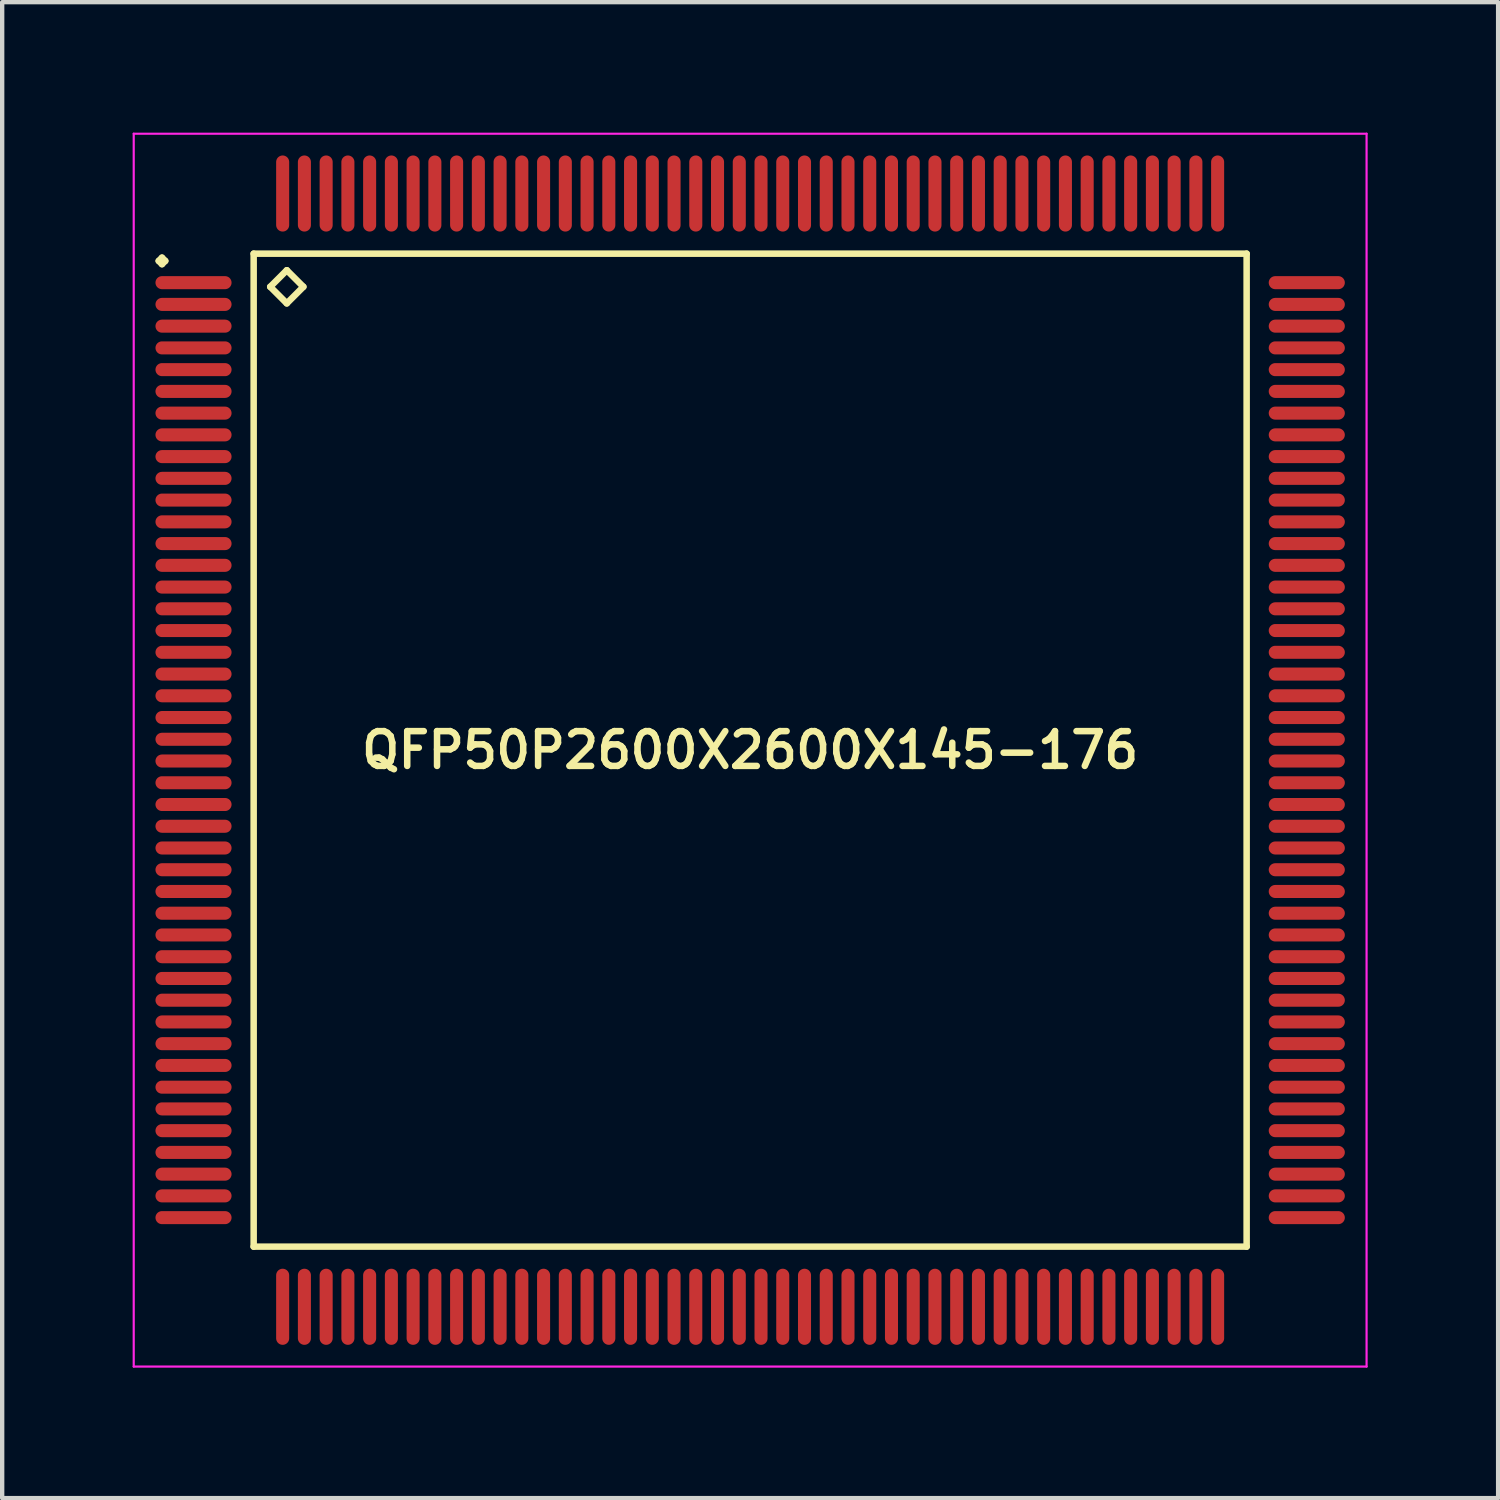
<source format=kicad_pcb>
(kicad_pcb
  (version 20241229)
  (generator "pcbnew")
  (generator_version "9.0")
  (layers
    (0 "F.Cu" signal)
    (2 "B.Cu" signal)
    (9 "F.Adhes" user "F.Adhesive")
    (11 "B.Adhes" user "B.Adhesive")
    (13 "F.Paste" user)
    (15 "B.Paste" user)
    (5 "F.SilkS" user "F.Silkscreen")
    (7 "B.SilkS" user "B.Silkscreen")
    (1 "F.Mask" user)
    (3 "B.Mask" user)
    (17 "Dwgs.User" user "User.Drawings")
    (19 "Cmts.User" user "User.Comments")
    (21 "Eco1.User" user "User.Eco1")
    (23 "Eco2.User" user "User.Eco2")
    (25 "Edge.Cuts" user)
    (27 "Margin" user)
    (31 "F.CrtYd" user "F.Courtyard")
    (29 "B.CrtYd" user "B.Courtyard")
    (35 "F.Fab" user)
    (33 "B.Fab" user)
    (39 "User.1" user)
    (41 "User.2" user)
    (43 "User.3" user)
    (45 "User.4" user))
  (footprint "QFP50P2600X2600X145-176"
    (layer "F.Cu")
    (at 14.2 14.2)
    (property "Reference" "QFP50P2600X2600X145-176" (at 0 0 0) (layer "F.SilkS") (effects (font (size 0.8 0.8) (thickness 0.15))))
    (attr smd)
    (fp_line (start -13.6 -11.25) (end -13.525 -11.325) (stroke (width 0.15) (type solid)) (layer "F.SilkS"))
    (fp_line (start -13.525 -11.325) (end -13.45 -11.25) (stroke (width 0.15) (type solid)) (layer "F.SilkS"))
    (fp_line (start -13.525 -11.175) (end -13.6 -11.25) (stroke (width 0.15) (type solid)) (layer "F.SilkS"))
    (fp_line (start -13.45 -11.25) (end -13.525 -11.175) (stroke (width 0.15) (type solid)) (layer "F.SilkS"))
    (fp_line (start -11.417 -11.417) (end -11.417 11.417) (stroke (width 0.15) (type solid)) (layer "F.SilkS"))
    (fp_line (start -11.417 11.417) (end 11.417 11.417) (stroke (width 0.15) (type solid)) (layer "F.SilkS"))
    (fp_line (start -11.036 -10.655) (end -10.655 -11.036) (stroke (width 0.15) (type solid)) (layer "F.SilkS"))
    (fp_line (start -10.655 -11.036) (end -10.274 -10.655) (stroke (width 0.15) (type solid)) (layer "F.SilkS"))
    (fp_line (start -10.655 -10.274) (end -11.036 -10.655) (stroke (width 0.15) (type solid)) (layer "F.SilkS"))
    (fp_line (start -10.274 -10.655) (end -10.655 -10.274) (stroke (width 0.15) (type solid)) (layer "F.SilkS"))
    (fp_line (start 11.417 -11.417) (end -11.417 -11.417) (stroke (width 0.15) (type solid)) (layer "F.SilkS"))
    (fp_line (start 11.417 11.417) (end 11.417 -11.417) (stroke (width 0.15) (type solid)) (layer "F.SilkS"))
    (fp_line (start -14.175 -14.175) (end 14.175 -14.175) (stroke (width 0.05) (type solid)) (layer "F.CrtYd"))
    (fp_line (start -14.175 14.175) (end -14.175 -14.175) (stroke (width 0.05) (type solid)) (layer "F.CrtYd"))
    (fp_line (start 14.175 -14.175) (end 14.175 14.175) (stroke (width 0.05) (type solid)) (layer "F.CrtYd"))
    (fp_line (start 14.175 14.175) (end -14.175 14.175) (stroke (width 0.05) (type solid)) (layer "F.CrtYd"))
    (pad "1" smd oval (at -12.8 -10.75) (size 1.75 0.3) (layers "F.Cu" "F.Mask" "F.Paste"))
    (pad "2" smd oval (at -12.8 -10.25) (size 1.75 0.3) (layers "F.Cu" "F.Mask" "F.Paste"))
    (pad "3" smd oval (at -12.8 -9.75) (size 1.75 0.3) (layers "F.Cu" "F.Mask" "F.Paste"))
    (pad "4" smd oval (at -12.8 -9.25) (size 1.75 0.3) (layers "F.Cu" "F.Mask" "F.Paste"))
    (pad "5" smd oval (at -12.8 -8.75) (size 1.75 0.3) (layers "F.Cu" "F.Mask" "F.Paste"))
    (pad "6" smd oval (at -12.8 -8.25) (size 1.75 0.3) (layers "F.Cu" "F.Mask" "F.Paste"))
    (pad "7" smd oval (at -12.8 -7.75) (size 1.75 0.3) (layers "F.Cu" "F.Mask" "F.Paste"))
    (pad "8" smd oval (at -12.8 -7.25) (size 1.75 0.3) (layers "F.Cu" "F.Mask" "F.Paste"))
    (pad "9" smd oval (at -12.8 -6.75) (size 1.75 0.3) (layers "F.Cu" "F.Mask" "F.Paste"))
    (pad "10" smd oval (at -12.8 -6.25) (size 1.75 0.3) (layers "F.Cu" "F.Mask" "F.Paste"))
    (pad "11" smd oval (at -12.8 -5.75) (size 1.75 0.3) (layers "F.Cu" "F.Mask" "F.Paste"))
    (pad "12" smd oval (at -12.8 -5.25) (size 1.75 0.3) (layers "F.Cu" "F.Mask" "F.Paste"))
    (pad "13" smd oval (at -12.8 -4.75) (size 1.75 0.3) (layers "F.Cu" "F.Mask" "F.Paste"))
    (pad "14" smd oval (at -12.8 -4.25) (size 1.75 0.3) (layers "F.Cu" "F.Mask" "F.Paste"))
    (pad "15" smd oval (at -12.8 -3.75) (size 1.75 0.3) (layers "F.Cu" "F.Mask" "F.Paste"))
    (pad "16" smd oval (at -12.8 -3.25) (size 1.75 0.3) (layers "F.Cu" "F.Mask" "F.Paste"))
    (pad "17" smd oval (at -12.8 -2.75) (size 1.75 0.3) (layers "F.Cu" "F.Mask" "F.Paste"))
    (pad "18" smd oval (at -12.8 -2.25) (size 1.75 0.3) (layers "F.Cu" "F.Mask" "F.Paste"))
    (pad "19" smd oval (at -12.8 -1.75) (size 1.75 0.3) (layers "F.Cu" "F.Mask" "F.Paste"))
    (pad "20" smd oval (at -12.8 -1.25) (size 1.75 0.3) (layers "F.Cu" "F.Mask" "F.Paste"))
    (pad "21" smd oval (at -12.8 -0.75) (size 1.75 0.3) (layers "F.Cu" "F.Mask" "F.Paste"))
    (pad "22" smd oval (at -12.8 -0.25) (size 1.75 0.3) (layers "F.Cu" "F.Mask" "F.Paste"))
    (pad "23" smd oval (at -12.8 0.25) (size 1.75 0.3) (layers "F.Cu" "F.Mask" "F.Paste"))
    (pad "24" smd oval (at -12.8 0.75) (size 1.75 0.3) (layers "F.Cu" "F.Mask" "F.Paste"))
    (pad "25" smd oval (at -12.8 1.25) (size 1.75 0.3) (layers "F.Cu" "F.Mask" "F.Paste"))
    (pad "26" smd oval (at -12.8 1.75) (size 1.75 0.3) (layers "F.Cu" "F.Mask" "F.Paste"))
    (pad "27" smd oval (at -12.8 2.25) (size 1.75 0.3) (layers "F.Cu" "F.Mask" "F.Paste"))
    (pad "28" smd oval (at -12.8 2.75) (size 1.75 0.3) (layers "F.Cu" "F.Mask" "F.Paste"))
    (pad "29" smd oval (at -12.8 3.25) (size 1.75 0.3) (layers "F.Cu" "F.Mask" "F.Paste"))
    (pad "30" smd oval (at -12.8 3.75) (size 1.75 0.3) (layers "F.Cu" "F.Mask" "F.Paste"))
    (pad "31" smd oval (at -12.8 4.25) (size 1.75 0.3) (layers "F.Cu" "F.Mask" "F.Paste"))
    (pad "32" smd oval (at -12.8 4.75) (size 1.75 0.3) (layers "F.Cu" "F.Mask" "F.Paste"))
    (pad "33" smd oval (at -12.8 5.25) (size 1.75 0.3) (layers "F.Cu" "F.Mask" "F.Paste"))
    (pad "34" smd oval (at -12.8 5.75) (size 1.75 0.3) (layers "F.Cu" "F.Mask" "F.Paste"))
    (pad "35" smd oval (at -12.8 6.25) (size 1.75 0.3) (layers "F.Cu" "F.Mask" "F.Paste"))
    (pad "36" smd oval (at -12.8 6.75) (size 1.75 0.3) (layers "F.Cu" "F.Mask" "F.Paste"))
    (pad "37" smd oval (at -12.8 7.25) (size 1.75 0.3) (layers "F.Cu" "F.Mask" "F.Paste"))
    (pad "38" smd oval (at -12.8 7.75) (size 1.75 0.3) (layers "F.Cu" "F.Mask" "F.Paste"))
    (pad "39" smd oval (at -12.8 8.25) (size 1.75 0.3) (layers "F.Cu" "F.Mask" "F.Paste"))
    (pad "40" smd oval (at -12.8 8.75) (size 1.75 0.3) (layers "F.Cu" "F.Mask" "F.Paste"))
    (pad "41" smd oval (at -12.8 9.25) (size 1.75 0.3) (layers "F.Cu" "F.Mask" "F.Paste"))
    (pad "42" smd oval (at -12.8 9.75) (size 1.75 0.3) (layers "F.Cu" "F.Mask" "F.Paste"))
    (pad "43" smd oval (at -12.8 10.25) (size 1.75 0.3) (layers "F.Cu" "F.Mask" "F.Paste"))
    (pad "44" smd oval (at -12.8 10.75) (size 1.75 0.3) (layers "F.Cu" "F.Mask" "F.Paste"))
    (pad "45" smd oval (at -10.75 12.8) (size 0.3 1.75) (layers "F.Cu" "F.Mask" "F.Paste"))
    (pad "46" smd oval (at -10.25 12.8) (size 0.3 1.75) (layers "F.Cu" "F.Mask" "F.Paste"))
    (pad "47" smd oval (at -9.75 12.8) (size 0.3 1.75) (layers "F.Cu" "F.Mask" "F.Paste"))
    (pad "48" smd oval (at -9.25 12.8) (size 0.3 1.75) (layers "F.Cu" "F.Mask" "F.Paste"))
    (pad "49" smd oval (at -8.75 12.8) (size 0.3 1.75) (layers "F.Cu" "F.Mask" "F.Paste"))
    (pad "50" smd oval (at -8.25 12.8) (size 0.3 1.75) (layers "F.Cu" "F.Mask" "F.Paste"))
    (pad "51" smd oval (at -7.75 12.8) (size 0.3 1.75) (layers "F.Cu" "F.Mask" "F.Paste"))
    (pad "52" smd oval (at -7.25 12.8) (size 0.3 1.75) (layers "F.Cu" "F.Mask" "F.Paste"))
    (pad "53" smd oval (at -6.75 12.8) (size 0.3 1.75) (layers "F.Cu" "F.Mask" "F.Paste"))
    (pad "54" smd oval (at -6.25 12.8) (size 0.3 1.75) (layers "F.Cu" "F.Mask" "F.Paste"))
    (pad "55" smd oval (at -5.75 12.8) (size 0.3 1.75) (layers "F.Cu" "F.Mask" "F.Paste"))
    (pad "56" smd oval (at -5.25 12.8) (size 0.3 1.75) (layers "F.Cu" "F.Mask" "F.Paste"))
    (pad "57" smd oval (at -4.75 12.8) (size 0.3 1.75) (layers "F.Cu" "F.Mask" "F.Paste"))
    (pad "58" smd oval (at -4.25 12.8) (size 0.3 1.75) (layers "F.Cu" "F.Mask" "F.Paste"))
    (pad "59" smd oval (at -3.75 12.8) (size 0.3 1.75) (layers "F.Cu" "F.Mask" "F.Paste"))
    (pad "60" smd oval (at -3.25 12.8) (size 0.3 1.75) (layers "F.Cu" "F.Mask" "F.Paste"))
    (pad "61" smd oval (at -2.75 12.8) (size 0.3 1.75) (layers "F.Cu" "F.Mask" "F.Paste"))
    (pad "62" smd oval (at -2.25 12.8) (size 0.3 1.75) (layers "F.Cu" "F.Mask" "F.Paste"))
    (pad "63" smd oval (at -1.75 12.8) (size 0.3 1.75) (layers "F.Cu" "F.Mask" "F.Paste"))
    (pad "64" smd oval (at -1.25 12.8) (size 0.3 1.75) (layers "F.Cu" "F.Mask" "F.Paste"))
    (pad "65" smd oval (at -0.75 12.8) (size 0.3 1.75) (layers "F.Cu" "F.Mask" "F.Paste"))
    (pad "66" smd oval (at -0.25 12.8) (size 0.3 1.75) (layers "F.Cu" "F.Mask" "F.Paste"))
    (pad "67" smd oval (at 0.25 12.8) (size 0.3 1.75) (layers "F.Cu" "F.Mask" "F.Paste"))
    (pad "68" smd oval (at 0.75 12.8) (size 0.3 1.75) (layers "F.Cu" "F.Mask" "F.Paste"))
    (pad "69" smd oval (at 1.25 12.8) (size 0.3 1.75) (layers "F.Cu" "F.Mask" "F.Paste"))
    (pad "70" smd oval (at 1.75 12.8) (size 0.3 1.75) (layers "F.Cu" "F.Mask" "F.Paste"))
    (pad "71" smd oval (at 2.25 12.8) (size 0.3 1.75) (layers "F.Cu" "F.Mask" "F.Paste"))
    (pad "72" smd oval (at 2.75 12.8) (size 0.3 1.75) (layers "F.Cu" "F.Mask" "F.Paste"))
    (pad "73" smd oval (at 3.25 12.8) (size 0.3 1.75) (layers "F.Cu" "F.Mask" "F.Paste"))
    (pad "74" smd oval (at 3.75 12.8) (size 0.3 1.75) (layers "F.Cu" "F.Mask" "F.Paste"))
    (pad "75" smd oval (at 4.25 12.8) (size 0.3 1.75) (layers "F.Cu" "F.Mask" "F.Paste"))
    (pad "76" smd oval (at 4.75 12.8) (size 0.3 1.75) (layers "F.Cu" "F.Mask" "F.Paste"))
    (pad "77" smd oval (at 5.25 12.8) (size 0.3 1.75) (layers "F.Cu" "F.Mask" "F.Paste"))
    (pad "78" smd oval (at 5.75 12.8) (size 0.3 1.75) (layers "F.Cu" "F.Mask" "F.Paste"))
    (pad "79" smd oval (at 6.25 12.8) (size 0.3 1.75) (layers "F.Cu" "F.Mask" "F.Paste"))
    (pad "80" smd oval (at 6.75 12.8) (size 0.3 1.75) (layers "F.Cu" "F.Mask" "F.Paste"))
    (pad "81" smd oval (at 7.25 12.8) (size 0.3 1.75) (layers "F.Cu" "F.Mask" "F.Paste"))
    (pad "82" smd oval (at 7.75 12.8) (size 0.3 1.75) (layers "F.Cu" "F.Mask" "F.Paste"))
    (pad "83" smd oval (at 8.25 12.8) (size 0.3 1.75) (layers "F.Cu" "F.Mask" "F.Paste"))
    (pad "84" smd oval (at 8.75 12.8) (size 0.3 1.75) (layers "F.Cu" "F.Mask" "F.Paste"))
    (pad "85" smd oval (at 9.25 12.8) (size 0.3 1.75) (layers "F.Cu" "F.Mask" "F.Paste"))
    (pad "86" smd oval (at 9.75 12.8) (size 0.3 1.75) (layers "F.Cu" "F.Mask" "F.Paste"))
    (pad "87" smd oval (at 10.25 12.8) (size 0.3 1.75) (layers "F.Cu" "F.Mask" "F.Paste"))
    (pad "88" smd oval (at 10.75 12.8) (size 0.3 1.75) (layers "F.Cu" "F.Mask" "F.Paste"))
    (pad "89" smd oval (at 12.8 10.75) (size 1.75 0.3) (layers "F.Cu" "F.Mask" "F.Paste"))
    (pad "90" smd oval (at 12.8 10.25) (size 1.75 0.3) (layers "F.Cu" "F.Mask" "F.Paste"))
    (pad "91" smd oval (at 12.8 9.75) (size 1.75 0.3) (layers "F.Cu" "F.Mask" "F.Paste"))
    (pad "92" smd oval (at 12.8 9.25) (size 1.75 0.3) (layers "F.Cu" "F.Mask" "F.Paste"))
    (pad "93" smd oval (at 12.8 8.75) (size 1.75 0.3) (layers "F.Cu" "F.Mask" "F.Paste"))
    (pad "94" smd oval (at 12.8 8.25) (size 1.75 0.3) (layers "F.Cu" "F.Mask" "F.Paste"))
    (pad "95" smd oval (at 12.8 7.75) (size 1.75 0.3) (layers "F.Cu" "F.Mask" "F.Paste"))
    (pad "96" smd oval (at 12.8 7.25) (size 1.75 0.3) (layers "F.Cu" "F.Mask" "F.Paste"))
    (pad "97" smd oval (at 12.8 6.75) (size 1.75 0.3) (layers "F.Cu" "F.Mask" "F.Paste"))
    (pad "98" smd oval (at 12.8 6.25) (size 1.75 0.3) (layers "F.Cu" "F.Mask" "F.Paste"))
    (pad "99" smd oval (at 12.8 5.75) (size 1.75 0.3) (layers "F.Cu" "F.Mask" "F.Paste"))
    (pad "100" smd oval (at 12.8 5.25) (size 1.75 0.3) (layers "F.Cu" "F.Mask" "F.Paste"))
    (pad "101" smd oval (at 12.8 4.75) (size 1.75 0.3) (layers "F.Cu" "F.Mask" "F.Paste"))
    (pad "102" smd oval (at 12.8 4.25) (size 1.75 0.3) (layers "F.Cu" "F.Mask" "F.Paste"))
    (pad "103" smd oval (at 12.8 3.75) (size 1.75 0.3) (layers "F.Cu" "F.Mask" "F.Paste"))
    (pad "104" smd oval (at 12.8 3.25) (size 1.75 0.3) (layers "F.Cu" "F.Mask" "F.Paste"))
    (pad "105" smd oval (at 12.8 2.75) (size 1.75 0.3) (layers "F.Cu" "F.Mask" "F.Paste"))
    (pad "106" smd oval (at 12.8 2.25) (size 1.75 0.3) (layers "F.Cu" "F.Mask" "F.Paste"))
    (pad "107" smd oval (at 12.8 1.75) (size 1.75 0.3) (layers "F.Cu" "F.Mask" "F.Paste"))
    (pad "108" smd oval (at 12.8 1.25) (size 1.75 0.3) (layers "F.Cu" "F.Mask" "F.Paste"))
    (pad "109" smd oval (at 12.8 0.75) (size 1.75 0.3) (layers "F.Cu" "F.Mask" "F.Paste"))
    (pad "110" smd oval (at 12.8 0.25) (size 1.75 0.3) (layers "F.Cu" "F.Mask" "F.Paste"))
    (pad "111" smd oval (at 12.8 -0.25) (size 1.75 0.3) (layers "F.Cu" "F.Mask" "F.Paste"))
    (pad "112" smd oval (at 12.8 -0.75) (size 1.75 0.3) (layers "F.Cu" "F.Mask" "F.Paste"))
    (pad "113" smd oval (at 12.8 -1.25) (size 1.75 0.3) (layers "F.Cu" "F.Mask" "F.Paste"))
    (pad "114" smd oval (at 12.8 -1.75) (size 1.75 0.3) (layers "F.Cu" "F.Mask" "F.Paste"))
    (pad "115" smd oval (at 12.8 -2.25) (size 1.75 0.3) (layers "F.Cu" "F.Mask" "F.Paste"))
    (pad "116" smd oval (at 12.8 -2.75) (size 1.75 0.3) (layers "F.Cu" "F.Mask" "F.Paste"))
    (pad "117" smd oval (at 12.8 -3.25) (size 1.75 0.3) (layers "F.Cu" "F.Mask" "F.Paste"))
    (pad "118" smd oval (at 12.8 -3.75) (size 1.75 0.3) (layers "F.Cu" "F.Mask" "F.Paste"))
    (pad "119" smd oval (at 12.8 -4.25) (size 1.75 0.3) (layers "F.Cu" "F.Mask" "F.Paste"))
    (pad "120" smd oval (at 12.8 -4.75) (size 1.75 0.3) (layers "F.Cu" "F.Mask" "F.Paste"))
    (pad "121" smd oval (at 12.8 -5.25) (size 1.75 0.3) (layers "F.Cu" "F.Mask" "F.Paste"))
    (pad "122" smd oval (at 12.8 -5.75) (size 1.75 0.3) (layers "F.Cu" "F.Mask" "F.Paste"))
    (pad "123" smd oval (at 12.8 -6.25) (size 1.75 0.3) (layers "F.Cu" "F.Mask" "F.Paste"))
    (pad "124" smd oval (at 12.8 -6.75) (size 1.75 0.3) (layers "F.Cu" "F.Mask" "F.Paste"))
    (pad "125" smd oval (at 12.8 -7.25) (size 1.75 0.3) (layers "F.Cu" "F.Mask" "F.Paste"))
    (pad "126" smd oval (at 12.8 -7.75) (size 1.75 0.3) (layers "F.Cu" "F.Mask" "F.Paste"))
    (pad "127" smd oval (at 12.8 -8.25) (size 1.75 0.3) (layers "F.Cu" "F.Mask" "F.Paste"))
    (pad "128" smd oval (at 12.8 -8.75) (size 1.75 0.3) (layers "F.Cu" "F.Mask" "F.Paste"))
    (pad "129" smd oval (at 12.8 -9.25) (size 1.75 0.3) (layers "F.Cu" "F.Mask" "F.Paste"))
    (pad "130" smd oval (at 12.8 -9.75) (size 1.75 0.3) (layers "F.Cu" "F.Mask" "F.Paste"))
    (pad "131" smd oval (at 12.8 -10.25) (size 1.75 0.3) (layers "F.Cu" "F.Mask" "F.Paste"))
    (pad "132" smd oval (at 12.8 -10.75) (size 1.75 0.3) (layers "F.Cu" "F.Mask" "F.Paste"))
    (pad "133" smd oval (at 10.75 -12.8) (size 0.3 1.75) (layers "F.Cu" "F.Mask" "F.Paste"))
    (pad "134" smd oval (at 10.25 -12.8) (size 0.3 1.75) (layers "F.Cu" "F.Mask" "F.Paste"))
    (pad "135" smd oval (at 9.75 -12.8) (size 0.3 1.75) (layers "F.Cu" "F.Mask" "F.Paste"))
    (pad "136" smd oval (at 9.25 -12.8) (size 0.3 1.75) (layers "F.Cu" "F.Mask" "F.Paste"))
    (pad "137" smd oval (at 8.75 -12.8) (size 0.3 1.75) (layers "F.Cu" "F.Mask" "F.Paste"))
    (pad "138" smd oval (at 8.25 -12.8) (size 0.3 1.75) (layers "F.Cu" "F.Mask" "F.Paste"))
    (pad "139" smd oval (at 7.75 -12.8) (size 0.3 1.75) (layers "F.Cu" "F.Mask" "F.Paste"))
    (pad "140" smd oval (at 7.25 -12.8) (size 0.3 1.75) (layers "F.Cu" "F.Mask" "F.Paste"))
    (pad "141" smd oval (at 6.75 -12.8) (size 0.3 1.75) (layers "F.Cu" "F.Mask" "F.Paste"))
    (pad "142" smd oval (at 6.25 -12.8) (size 0.3 1.75) (layers "F.Cu" "F.Mask" "F.Paste"))
    (pad "143" smd oval (at 5.75 -12.8) (size 0.3 1.75) (layers "F.Cu" "F.Mask" "F.Paste"))
    (pad "144" smd oval (at 5.25 -12.8) (size 0.3 1.75) (layers "F.Cu" "F.Mask" "F.Paste"))
    (pad "145" smd oval (at 4.75 -12.8) (size 0.3 1.75) (layers "F.Cu" "F.Mask" "F.Paste"))
    (pad "146" smd oval (at 4.25 -12.8) (size 0.3 1.75) (layers "F.Cu" "F.Mask" "F.Paste"))
    (pad "147" smd oval (at 3.75 -12.8) (size 0.3 1.75) (layers "F.Cu" "F.Mask" "F.Paste"))
    (pad "148" smd oval (at 3.25 -12.8) (size 0.3 1.75) (layers "F.Cu" "F.Mask" "F.Paste"))
    (pad "149" smd oval (at 2.75 -12.8) (size 0.3 1.75) (layers "F.Cu" "F.Mask" "F.Paste"))
    (pad "150" smd oval (at 2.25 -12.8) (size 0.3 1.75) (layers "F.Cu" "F.Mask" "F.Paste"))
    (pad "151" smd oval (at 1.75 -12.8) (size 0.3 1.75) (layers "F.Cu" "F.Mask" "F.Paste"))
    (pad "152" smd oval (at 1.25 -12.8) (size 0.3 1.75) (layers "F.Cu" "F.Mask" "F.Paste"))
    (pad "153" smd oval (at 0.75 -12.8) (size 0.3 1.75) (layers "F.Cu" "F.Mask" "F.Paste"))
    (pad "154" smd oval (at 0.25 -12.8) (size 0.3 1.75) (layers "F.Cu" "F.Mask" "F.Paste"))
    (pad "155" smd oval (at -0.25 -12.8) (size 0.3 1.75) (layers "F.Cu" "F.Mask" "F.Paste"))
    (pad "156" smd oval (at -0.75 -12.8) (size 0.3 1.75) (layers "F.Cu" "F.Mask" "F.Paste"))
    (pad "157" smd oval (at -1.25 -12.8) (size 0.3 1.75) (layers "F.Cu" "F.Mask" "F.Paste"))
    (pad "158" smd oval (at -1.75 -12.8) (size 0.3 1.75) (layers "F.Cu" "F.Mask" "F.Paste"))
    (pad "159" smd oval (at -2.25 -12.8) (size 0.3 1.75) (layers "F.Cu" "F.Mask" "F.Paste"))
    (pad "160" smd oval (at -2.75 -12.8) (size 0.3 1.75) (layers "F.Cu" "F.Mask" "F.Paste"))
    (pad "161" smd oval (at -3.25 -12.8) (size 0.3 1.75) (layers "F.Cu" "F.Mask" "F.Paste"))
    (pad "162" smd oval (at -3.75 -12.8) (size 0.3 1.75) (layers "F.Cu" "F.Mask" "F.Paste"))
    (pad "163" smd oval (at -4.25 -12.8) (size 0.3 1.75) (layers "F.Cu" "F.Mask" "F.Paste"))
    (pad "164" smd oval (at -4.75 -12.8) (size 0.3 1.75) (layers "F.Cu" "F.Mask" "F.Paste"))
    (pad "165" smd oval (at -5.25 -12.8) (size 0.3 1.75) (layers "F.Cu" "F.Mask" "F.Paste"))
    (pad "166" smd oval (at -5.75 -12.8) (size 0.3 1.75) (layers "F.Cu" "F.Mask" "F.Paste"))
    (pad "167" smd oval (at -6.25 -12.8) (size 0.3 1.75) (layers "F.Cu" "F.Mask" "F.Paste"))
    (pad "168" smd oval (at -6.75 -12.8) (size 0.3 1.75) (layers "F.Cu" "F.Mask" "F.Paste"))
    (pad "169" smd oval (at -7.25 -12.8) (size 0.3 1.75) (layers "F.Cu" "F.Mask" "F.Paste"))
    (pad "170" smd oval (at -7.75 -12.8) (size 0.3 1.75) (layers "F.Cu" "F.Mask" "F.Paste"))
    (pad "171" smd oval (at -8.25 -12.8) (size 0.3 1.75) (layers "F.Cu" "F.Mask" "F.Paste"))
    (pad "172" smd oval (at -8.75 -12.8) (size 0.3 1.75) (layers "F.Cu" "F.Mask" "F.Paste"))
    (pad "173" smd oval (at -9.25 -12.8) (size 0.3 1.75) (layers "F.Cu" "F.Mask" "F.Paste"))
    (pad "174" smd oval (at -9.75 -12.8) (size 0.3 1.75) (layers "F.Cu" "F.Mask" "F.Paste"))
    (pad "175" smd oval (at -10.25 -12.8) (size 0.3 1.75) (layers "F.Cu" "F.Mask" "F.Paste"))
    (pad "176" smd oval (at -10.75 -12.8) (size 0.3 1.75) (layers "F.Cu" "F.Mask" "F.Paste")))
  (gr_rect
    (start -3 -3)
    (end 31.4 31.4)
    (stroke (width 0.1) (type default))
    (fill no)
    (layer "Edge.Cuts")))
</source>
